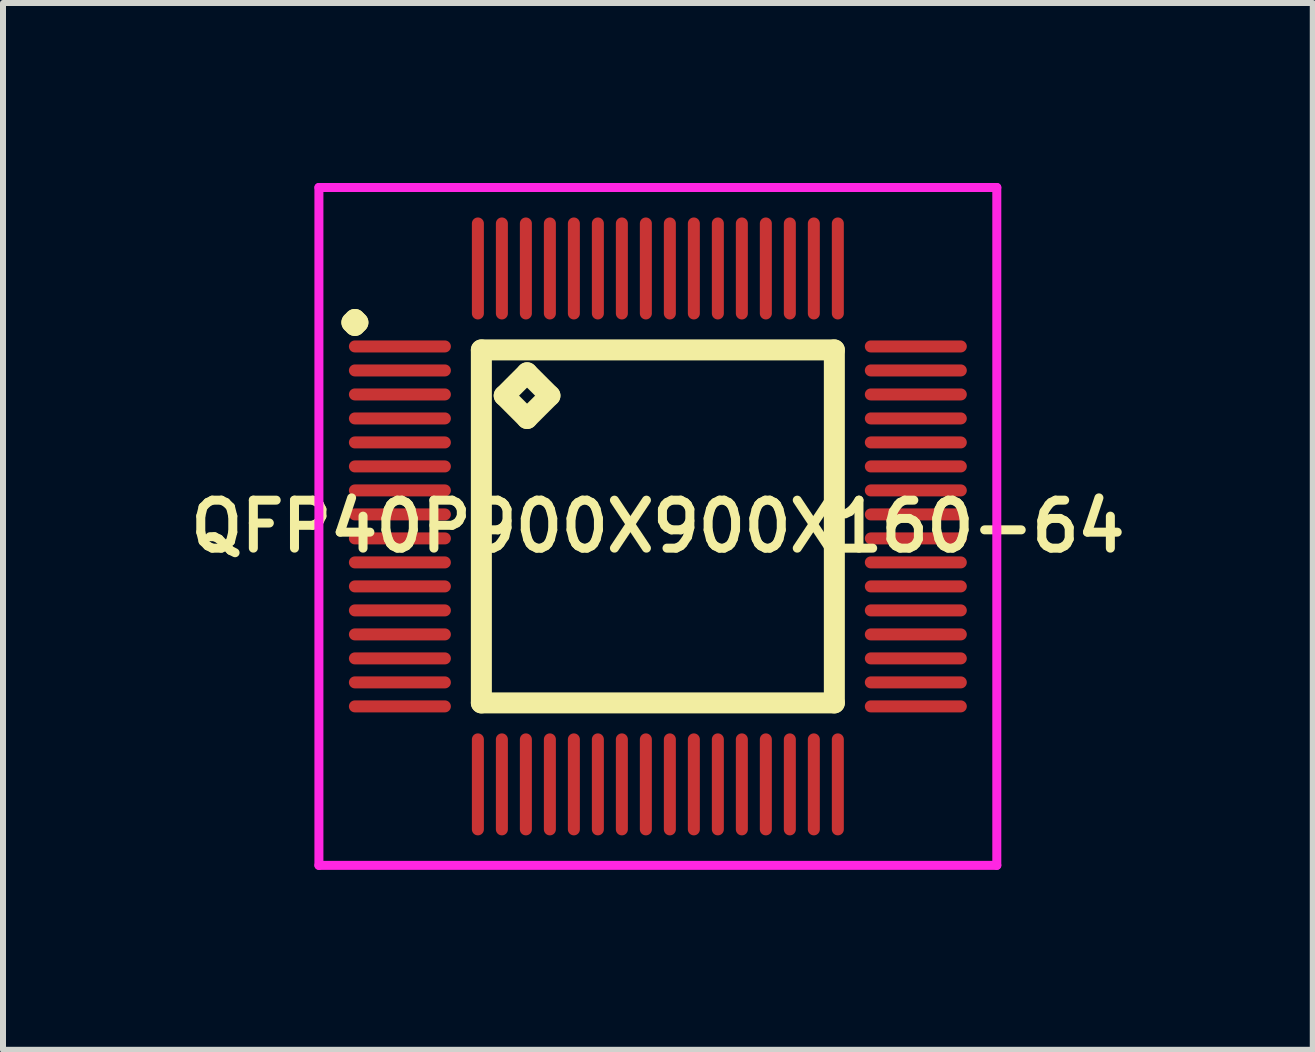
<source format=kicad_pcb>
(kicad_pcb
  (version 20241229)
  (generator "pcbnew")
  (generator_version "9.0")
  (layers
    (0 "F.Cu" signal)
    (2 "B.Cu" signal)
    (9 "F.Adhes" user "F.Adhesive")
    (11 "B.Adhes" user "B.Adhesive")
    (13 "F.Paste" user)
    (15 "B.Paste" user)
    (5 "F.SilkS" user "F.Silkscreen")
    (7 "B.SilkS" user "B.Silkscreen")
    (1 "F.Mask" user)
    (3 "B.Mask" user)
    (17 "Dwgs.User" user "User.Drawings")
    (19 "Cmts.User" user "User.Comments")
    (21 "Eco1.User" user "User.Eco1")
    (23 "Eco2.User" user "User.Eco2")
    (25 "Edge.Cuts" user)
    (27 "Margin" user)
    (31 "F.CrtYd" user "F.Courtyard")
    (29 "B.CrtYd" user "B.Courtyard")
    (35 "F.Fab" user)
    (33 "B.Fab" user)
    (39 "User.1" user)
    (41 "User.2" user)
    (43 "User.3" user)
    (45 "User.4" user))
  (footprint "QFP40P900X900X160-64"
    (layer "F.Cu")
    (at 7.916 5.725)
    (property "Reference" "QFP40P900X900X160-64" (at 0 0 0) (layer "F.SilkS") (effects (font (size 0.8 0.8) (thickness 0.15))))
    (attr smd)
    (fp_line (start -5.1 -3.4) (end -5.05 -3.45) (stroke (width 0.35) (type solid)) (layer "F.SilkS"))
    (fp_line (start -5.05 -3.45) (end -5 -3.4) (stroke (width 0.35) (type solid)) (layer "F.SilkS"))
    (fp_line (start -5.05 -3.35) (end -5.1 -3.4) (stroke (width 0.35) (type solid)) (layer "F.SilkS"))
    (fp_line (start -5 -3.4) (end -5.05 -3.35) (stroke (width 0.35) (type solid)) (layer "F.SilkS"))
    (fp_line (start -2.942 -2.942) (end -2.942 2.942) (stroke (width 0.35) (type solid)) (layer "F.SilkS"))
    (fp_line (start -2.942 2.942) (end 2.942 2.942) (stroke (width 0.35) (type solid)) (layer "F.SilkS"))
    (fp_line (start -2.561 -2.18) (end -2.18 -2.561) (stroke (width 0.35) (type solid)) (layer "F.SilkS"))
    (fp_line (start -2.18 -2.561) (end -1.799 -2.18) (stroke (width 0.35) (type solid)) (layer "F.SilkS"))
    (fp_line (start -2.18 -1.799) (end -2.561 -2.18) (stroke (width 0.35) (type solid)) (layer "F.SilkS"))
    (fp_line (start -1.799 -2.18) (end -2.18 -1.799) (stroke (width 0.35) (type solid)) (layer "F.SilkS"))
    (fp_line (start 2.942 -2.942) (end -2.942 -2.942) (stroke (width 0.35) (type solid)) (layer "F.SilkS"))
    (fp_line (start 2.942 2.942) (end 2.942 -2.942) (stroke (width 0.35) (type solid)) (layer "F.SilkS"))
    (fp_line (start -5.65 -5.65) (end 5.65 -5.65) (stroke (width 0.15) (type solid)) (layer "F.CrtYd"))
    (fp_line (start -5.65 5.65) (end -5.65 -5.65) (stroke (width 0.15) (type solid)) (layer "F.CrtYd"))
    (fp_line (start 5.65 -5.65) (end 5.65 5.65) (stroke (width 0.15) (type solid)) (layer "F.CrtYd"))
    (fp_line (start 5.65 5.65) (end -5.65 5.65) (stroke (width 0.15) (type solid)) (layer "F.CrtYd"))
    (pad "1" smd oval (at -4.3 -3) (size 1.7 0.2) (layers "F.Cu" "F.Mask" "F.Paste"))
    (pad "2" smd oval (at -4.3 -2.6) (size 1.7 0.2) (layers "F.Cu" "F.Mask" "F.Paste"))
    (pad "3" smd oval (at -4.3 -2.2) (size 1.7 0.2) (layers "F.Cu" "F.Mask" "F.Paste"))
    (pad "4" smd oval (at -4.3 -1.8) (size 1.7 0.2) (layers "F.Cu" "F.Mask" "F.Paste"))
    (pad "5" smd oval (at -4.3 -1.4) (size 1.7 0.2) (layers "F.Cu" "F.Mask" "F.Paste"))
    (pad "6" smd oval (at -4.3 -1) (size 1.7 0.2) (layers "F.Cu" "F.Mask" "F.Paste"))
    (pad "7" smd oval (at -4.3 -0.6) (size 1.7 0.2) (layers "F.Cu" "F.Mask" "F.Paste"))
    (pad "8" smd oval (at -4.3 -0.2) (size 1.7 0.2) (layers "F.Cu" "F.Mask" "F.Paste"))
    (pad "9" smd oval (at -4.3 0.2) (size 1.7 0.2) (layers "F.Cu" "F.Mask" "F.Paste"))
    (pad "10" smd oval (at -4.3 0.6) (size 1.7 0.2) (layers "F.Cu" "F.Mask" "F.Paste"))
    (pad "11" smd oval (at -4.3 1) (size 1.7 0.2) (layers "F.Cu" "F.Mask" "F.Paste"))
    (pad "12" smd oval (at -4.3 1.4) (size 1.7 0.2) (layers "F.Cu" "F.Mask" "F.Paste"))
    (pad "13" smd oval (at -4.3 1.8) (size 1.7 0.2) (layers "F.Cu" "F.Mask" "F.Paste"))
    (pad "14" smd oval (at -4.3 2.2) (size 1.7 0.2) (layers "F.Cu" "F.Mask" "F.Paste"))
    (pad "15" smd oval (at -4.3 2.6) (size 1.7 0.2) (layers "F.Cu" "F.Mask" "F.Paste"))
    (pad "16" smd oval (at -4.3 3) (size 1.7 0.2) (layers "F.Cu" "F.Mask" "F.Paste"))
    (pad "17" smd oval (at -3 4.3) (size 0.2 1.7) (layers "F.Cu" "F.Mask" "F.Paste"))
    (pad "18" smd oval (at -2.6 4.3) (size 0.2 1.7) (layers "F.Cu" "F.Mask" "F.Paste"))
    (pad "19" smd oval (at -2.2 4.3) (size 0.2 1.7) (layers "F.Cu" "F.Mask" "F.Paste"))
    (pad "20" smd oval (at -1.8 4.3) (size 0.2 1.7) (layers "F.Cu" "F.Mask" "F.Paste"))
    (pad "21" smd oval (at -1.4 4.3) (size 0.2 1.7) (layers "F.Cu" "F.Mask" "F.Paste"))
    (pad "22" smd oval (at -1 4.3) (size 0.2 1.7) (layers "F.Cu" "F.Mask" "F.Paste"))
    (pad "23" smd oval (at -0.6 4.3) (size 0.2 1.7) (layers "F.Cu" "F.Mask" "F.Paste"))
    (pad "24" smd oval (at -0.2 4.3) (size 0.2 1.7) (layers "F.Cu" "F.Mask" "F.Paste"))
    (pad "25" smd oval (at 0.2 4.3) (size 0.2 1.7) (layers "F.Cu" "F.Mask" "F.Paste"))
    (pad "26" smd oval (at 0.6 4.3) (size 0.2 1.7) (layers "F.Cu" "F.Mask" "F.Paste"))
    (pad "27" smd oval (at 1 4.3) (size 0.2 1.7) (layers "F.Cu" "F.Mask" "F.Paste"))
    (pad "28" smd oval (at 1.4 4.3) (size 0.2 1.7) (layers "F.Cu" "F.Mask" "F.Paste"))
    (pad "29" smd oval (at 1.8 4.3) (size 0.2 1.7) (layers "F.Cu" "F.Mask" "F.Paste"))
    (pad "30" smd oval (at 2.2 4.3) (size 0.2 1.7) (layers "F.Cu" "F.Mask" "F.Paste"))
    (pad "31" smd oval (at 2.6 4.3) (size 0.2 1.7) (layers "F.Cu" "F.Mask" "F.Paste"))
    (pad "32" smd oval (at 3 4.3) (size 0.2 1.7) (layers "F.Cu" "F.Mask" "F.Paste"))
    (pad "33" smd oval (at 4.3 3) (size 1.7 0.2) (layers "F.Cu" "F.Mask" "F.Paste"))
    (pad "34" smd oval (at 4.3 2.6) (size 1.7 0.2) (layers "F.Cu" "F.Mask" "F.Paste"))
    (pad "35" smd oval (at 4.3 2.2) (size 1.7 0.2) (layers "F.Cu" "F.Mask" "F.Paste"))
    (pad "36" smd oval (at 4.3 1.8) (size 1.7 0.2) (layers "F.Cu" "F.Mask" "F.Paste"))
    (pad "37" smd oval (at 4.3 1.4) (size 1.7 0.2) (layers "F.Cu" "F.Mask" "F.Paste"))
    (pad "38" smd oval (at 4.3 1) (size 1.7 0.2) (layers "F.Cu" "F.Mask" "F.Paste"))
    (pad "39" smd oval (at 4.3 0.6) (size 1.7 0.2) (layers "F.Cu" "F.Mask" "F.Paste"))
    (pad "40" smd oval (at 4.3 0.2) (size 1.7 0.2) (layers "F.Cu" "F.Mask" "F.Paste"))
    (pad "41" smd oval (at 4.3 -0.2) (size 1.7 0.2) (layers "F.Cu" "F.Mask" "F.Paste"))
    (pad "42" smd oval (at 4.3 -0.6) (size 1.7 0.2) (layers "F.Cu" "F.Mask" "F.Paste"))
    (pad "43" smd oval (at 4.3 -1) (size 1.7 0.2) (layers "F.Cu" "F.Mask" "F.Paste"))
    (pad "44" smd oval (at 4.3 -1.4) (size 1.7 0.2) (layers "F.Cu" "F.Mask" "F.Paste"))
    (pad "45" smd oval (at 4.3 -1.8) (size 1.7 0.2) (layers "F.Cu" "F.Mask" "F.Paste"))
    (pad "46" smd oval (at 4.3 -2.2) (size 1.7 0.2) (layers "F.Cu" "F.Mask" "F.Paste"))
    (pad "47" smd oval (at 4.3 -2.6) (size 1.7 0.2) (layers "F.Cu" "F.Mask" "F.Paste"))
    (pad "48" smd oval (at 4.3 -3) (size 1.7 0.2) (layers "F.Cu" "F.Mask" "F.Paste"))
    (pad "49" smd oval (at 3 -4.3) (size 0.2 1.7) (layers "F.Cu" "F.Mask" "F.Paste"))
    (pad "50" smd oval (at 2.6 -4.3) (size 0.2 1.7) (layers "F.Cu" "F.Mask" "F.Paste"))
    (pad "51" smd oval (at 2.2 -4.3) (size 0.2 1.7) (layers "F.Cu" "F.Mask" "F.Paste"))
    (pad "52" smd oval (at 1.8 -4.3) (size 0.2 1.7) (layers "F.Cu" "F.Mask" "F.Paste"))
    (pad "53" smd oval (at 1.4 -4.3) (size 0.2 1.7) (layers "F.Cu" "F.Mask" "F.Paste"))
    (pad "54" smd oval (at 1 -4.3) (size 0.2 1.7) (layers "F.Cu" "F.Mask" "F.Paste"))
    (pad "55" smd oval (at 0.6 -4.3) (size 0.2 1.7) (layers "F.Cu" "F.Mask" "F.Paste"))
    (pad "56" smd oval (at 0.2 -4.3) (size 0.2 1.7) (layers "F.Cu" "F.Mask" "F.Paste"))
    (pad "57" smd oval (at -0.2 -4.3) (size 0.2 1.7) (layers "F.Cu" "F.Mask" "F.Paste"))
    (pad "58" smd oval (at -0.6 -4.3) (size 0.2 1.7) (layers "F.Cu" "F.Mask" "F.Paste"))
    (pad "59" smd oval (at -1 -4.3) (size 0.2 1.7) (layers "F.Cu" "F.Mask" "F.Paste"))
    (pad "60" smd oval (at -1.4 -4.3) (size 0.2 1.7) (layers "F.Cu" "F.Mask" "F.Paste"))
    (pad "61" smd oval (at -1.8 -4.3) (size 0.2 1.7) (layers "F.Cu" "F.Mask" "F.Paste"))
    (pad "62" smd oval (at -2.2 -4.3) (size 0.2 1.7) (layers "F.Cu" "F.Mask" "F.Paste"))
    (pad "63" smd oval (at -2.6 -4.3) (size 0.2 1.7) (layers "F.Cu" "F.Mask" "F.Paste"))
    (pad "64" smd oval (at -3 -4.3) (size 0.2 1.7) (layers "F.Cu" "F.Mask" "F.Paste")))
  (gr_rect
    (start -3 -3)
    (end 18.833 14.45)
    (stroke (width 0.1) (type default))
    (fill no)
    (layer "Edge.Cuts")))
</source>
